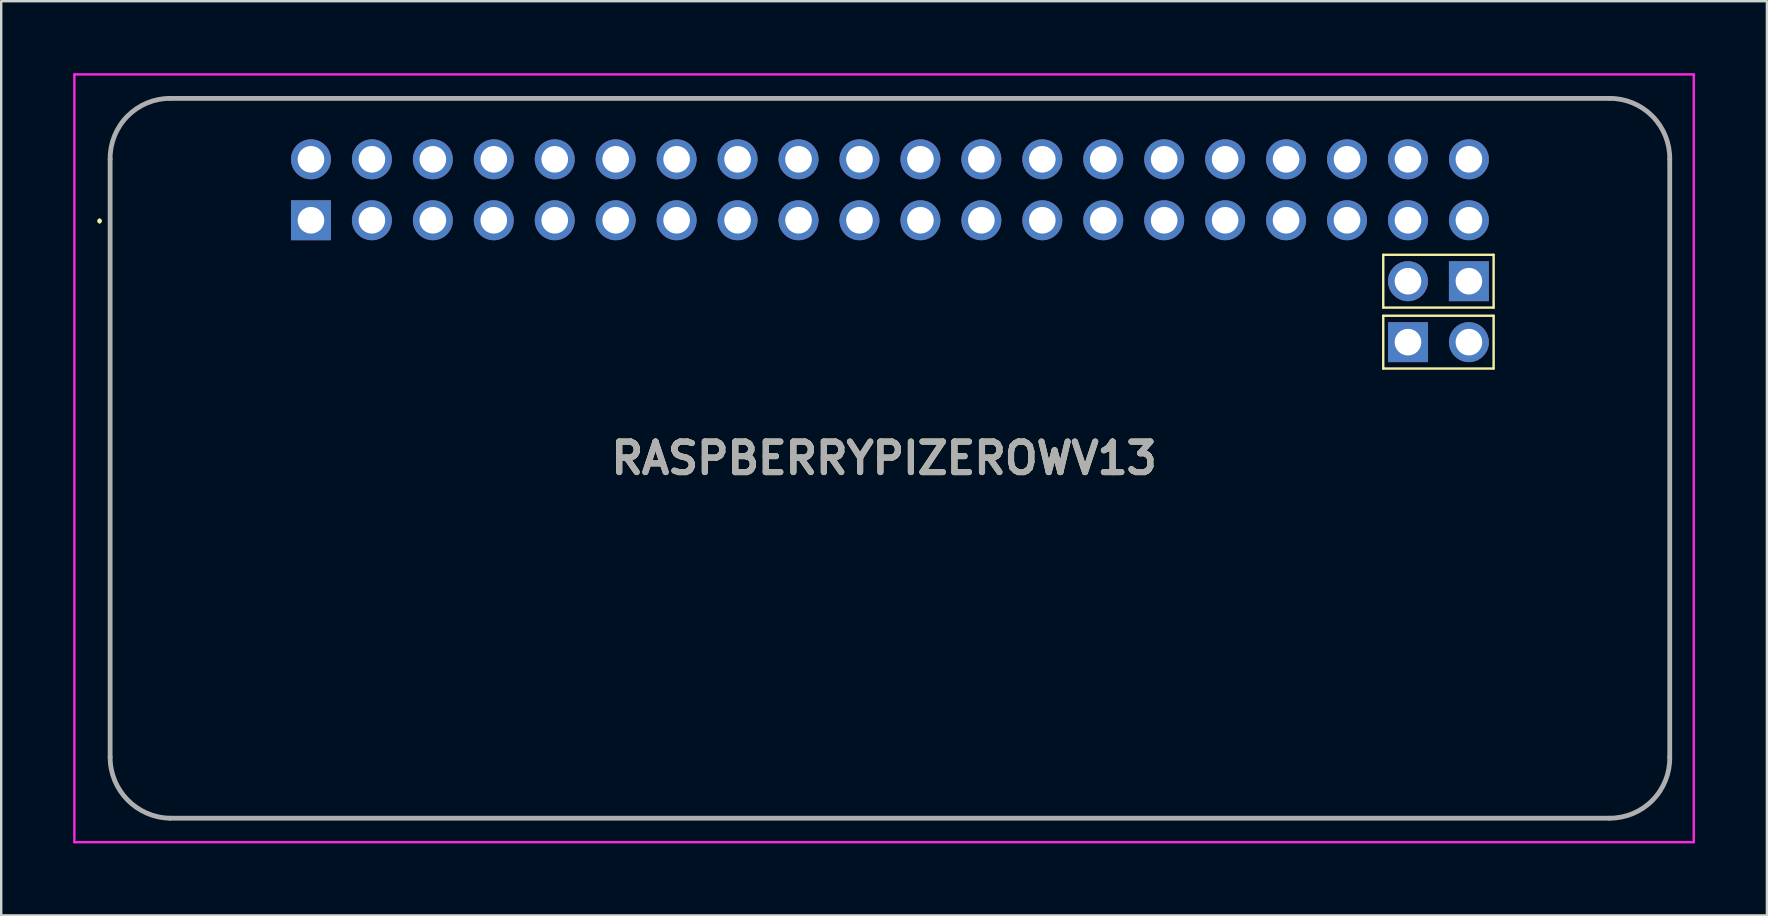
<source format=kicad_pcb>
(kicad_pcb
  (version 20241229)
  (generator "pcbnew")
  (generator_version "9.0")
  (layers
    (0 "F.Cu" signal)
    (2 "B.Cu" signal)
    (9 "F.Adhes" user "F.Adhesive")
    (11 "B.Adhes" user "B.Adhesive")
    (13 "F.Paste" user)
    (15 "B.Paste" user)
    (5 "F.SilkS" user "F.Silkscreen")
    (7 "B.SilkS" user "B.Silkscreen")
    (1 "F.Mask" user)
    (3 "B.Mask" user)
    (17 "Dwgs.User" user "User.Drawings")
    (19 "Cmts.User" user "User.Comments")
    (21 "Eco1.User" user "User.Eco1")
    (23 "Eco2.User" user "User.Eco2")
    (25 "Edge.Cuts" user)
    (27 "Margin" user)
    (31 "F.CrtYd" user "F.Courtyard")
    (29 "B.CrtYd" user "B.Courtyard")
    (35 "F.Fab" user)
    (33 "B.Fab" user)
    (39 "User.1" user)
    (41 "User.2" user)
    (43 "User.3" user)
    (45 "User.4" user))
  (footprint "RASPBERRYPIZEROWV13"
    (layer "F.Cu")
    (at 33.795 16.05)
    (property "Reference" "RASPBERRYPIZEROWV13" (at 0 0 0) (layer "F.SilkS") (effects (font (size 1.27 1.27) (thickness 0.254))))
    (attr through_hole)
    (fp_line (start -32.695 -9.94) (end -32.695 -9.94) (stroke (width 0.1) (type solid)) (layer "F.SilkS"))
    (fp_line (start -32.695 -9.84) (end -32.695 -9.84) (stroke (width 0.1) (type solid)) (layer "F.SilkS"))
    (fp_line (start -32.255 -12.46) (end -32.255 12.46) (stroke (width 0.1) (type solid)) (layer "F.SilkS"))
    (fp_line (start -29.755 15) (end 30.245 15) (stroke (width 0.1) (type solid)) (layer "F.SilkS"))
    (fp_line (start 20.805 -8.48) (end 25.405 -8.48) (stroke (width 0.1) (type solid)) (layer "F.SilkS"))
    (fp_line (start 20.805 -6.28) (end 20.805 -8.48) (stroke (width 0.1) (type solid)) (layer "F.SilkS"))
    (fp_line (start 20.805 -5.94) (end 25.405 -5.94) (stroke (width 0.1) (type solid)) (layer "F.SilkS"))
    (fp_line (start 20.805 -3.74) (end 20.805 -5.94) (stroke (width 0.1) (type solid)) (layer "F.SilkS"))
    (fp_line (start 25.405 -8.48) (end 25.405 -6.28) (stroke (width 0.1) (type solid)) (layer "F.SilkS"))
    (fp_line (start 25.405 -6.28) (end 20.805 -6.28) (stroke (width 0.1) (type solid)) (layer "F.SilkS"))
    (fp_line (start 25.405 -5.94) (end 25.405 -3.74) (stroke (width 0.1) (type solid)) (layer "F.SilkS"))
    (fp_line (start 25.405 -3.74) (end 20.805 -3.74) (stroke (width 0.1) (type solid)) (layer "F.SilkS"))
    (fp_line (start 30.245 -15) (end -29.755 -15) (stroke (width 0.1) (type solid)) (layer "F.SilkS"))
    (fp_line (start 32.745 12.46) (end 32.745 -12.46) (stroke (width 0.1) (type solid)) (layer "F.SilkS"))
    (fp_arc (start -32.695 -9.94) (mid -32.645 -9.89) (end -32.695 -9.84) (stroke (width 0.1) (type solid)) (layer "F.SilkS"))
    (fp_arc (start -32.695 -9.84) (mid -32.745 -9.89) (end -32.695 -9.94) (stroke (width 0.1) (type solid)) (layer "F.SilkS"))
    (fp_arc (start -32.255061 -12.463955) (mid -31.535456 -14.254877) (end -29.755 -15) (stroke (width 0.1) (type solid)) (layer "F.SilkS"))
    (fp_arc (start -29.759015 14.999933) (mid -31.526564 14.240534) (end -32.255 12.46) (stroke (width 0.1) (type solid)) (layer "F.SilkS"))
    (fp_arc (start 30.249015 -14.999933) (mid 32.016564 -14.240534) (end 32.745 -12.46) (stroke (width 0.1) (type solid)) (layer "F.SilkS"))
    (fp_arc (start 32.745061 12.463955) (mid 32.025456 14.254877) (end 30.245 15) (stroke (width 0.1) (type solid)) (layer "F.SilkS"))
    (fp_line (start -33.745 -16) (end 33.745 -16) (stroke (width 0.1) (type solid)) (layer "F.CrtYd"))
    (fp_line (start -33.745 16) (end -33.745 -16) (stroke (width 0.1) (type solid)) (layer "F.CrtYd"))
    (fp_line (start 33.745 -16) (end 33.745 16) (stroke (width 0.1) (type solid)) (layer "F.CrtYd"))
    (fp_line (start 33.745 16) (end -33.745 16) (stroke (width 0.1) (type solid)) (layer "F.CrtYd"))
    (fp_line (start -32.255 -12.46) (end -32.255 12.46) (stroke (width 0.2) (type solid)) (layer "F.Fab"))
    (fp_line (start -29.755 15) (end 30.245 15) (stroke (width 0.2) (type solid)) (layer "F.Fab"))
    (fp_line (start 30.245 -15) (end -29.755 -15) (stroke (width 0.2) (type solid)) (layer "F.Fab"))
    (fp_line (start 32.745 12.46) (end 32.745 -12.46) (stroke (width 0.2) (type solid)) (layer "F.Fab"))
    (fp_arc (start -32.255061 -12.463955) (mid -31.535456 -14.254877) (end -29.755 -15) (stroke (width 0.2) (type solid)) (layer "F.Fab"))
    (fp_arc (start -29.759015 14.999933) (mid -31.526564 14.240534) (end -32.255 12.46) (stroke (width 0.2) (type solid)) (layer "F.Fab"))
    (fp_arc (start 30.248955 -14.999995) (mid 32.028229 -14.252057) (end 32.745 -12.46) (stroke (width 0.2) (type solid)) (layer "F.Fab"))
    (fp_arc (start 32.745061 12.463955) (mid 32.025456 14.254877) (end 30.245 15) (stroke (width 0.2) (type solid)) (layer "F.Fab"))
    (fp_text user "${REFERENCE}" (at 0 0 0) (layer "F.Fab") (effects (font (size 1.27 1.27) (thickness 0.254))))
    (pad "" np_thru_hole circle (at -28.755 -11.5) (size 0.001 0.001) (drill 2.8) (layers "*.Cu" "*.Mask"))
    (pad "" np_thru_hole circle (at -28.755 11.5) (size 0.001 0.001) (drill 2.8) (layers "*.Cu" "*.Mask"))
    (pad "" np_thru_hole circle (at 29.245 -11.5) (size 0.001 0.001) (drill 2.8) (layers "*.Cu" "*.Mask"))
    (pad "" np_thru_hole circle (at 29.245 11.5) (size 0.001 0.001) (drill 2.8) (layers "*.Cu" "*.Mask"))
    (pad "1" thru_hole rect (at -23.885 -9.92) (size 1.665 1.665) (drill 1.11) (layers "*.Cu" "*.Mask"))
    (pad "2" thru_hole circle (at -23.885 -12.46) (size 1.665 1.665) (drill 1.11) (layers "*.Cu" "*.Mask"))
    (pad "3" thru_hole circle (at -21.345 -9.92) (size 1.665 1.665) (drill 1.11) (layers "*.Cu" "*.Mask"))
    (pad "4" thru_hole circle (at -21.345 -12.46) (size 1.665 1.665) (drill 1.11) (layers "*.Cu" "*.Mask"))
    (pad "5" thru_hole circle (at -18.805 -9.92) (size 1.665 1.665) (drill 1.11) (layers "*.Cu" "*.Mask"))
    (pad "6" thru_hole circle (at -18.805 -12.46) (size 1.665 1.665) (drill 1.11) (layers "*.Cu" "*.Mask"))
    (pad "7" thru_hole circle (at -16.265 -9.92) (size 1.665 1.665) (drill 1.11) (layers "*.Cu" "*.Mask"))
    (pad "8" thru_hole circle (at -16.265 -12.46) (size 1.665 1.665) (drill 1.11) (layers "*.Cu" "*.Mask"))
    (pad "9" thru_hole circle (at -13.725 -9.92) (size 1.665 1.665) (drill 1.11) (layers "*.Cu" "*.Mask"))
    (pad "10" thru_hole circle (at -13.725 -12.46) (size 1.665 1.665) (drill 1.11) (layers "*.Cu" "*.Mask"))
    (pad "11" thru_hole circle (at -11.185 -9.92) (size 1.665 1.665) (drill 1.11) (layers "*.Cu" "*.Mask"))
    (pad "12" thru_hole circle (at -11.185 -12.46) (size 1.665 1.665) (drill 1.11) (layers "*.Cu" "*.Mask"))
    (pad "13" thru_hole circle (at -8.645 -9.92) (size 1.665 1.665) (drill 1.11) (layers "*.Cu" "*.Mask"))
    (pad "14" thru_hole circle (at -8.645 -12.46) (size 1.665 1.665) (drill 1.11) (layers "*.Cu" "*.Mask"))
    (pad "15" thru_hole circle (at -6.105 -9.92) (size 1.665 1.665) (drill 1.11) (layers "*.Cu" "*.Mask"))
    (pad "16" thru_hole circle (at -6.105 -12.46) (size 1.665 1.665) (drill 1.11) (layers "*.Cu" "*.Mask"))
    (pad "17" thru_hole circle (at -3.565 -9.92) (size 1.665 1.665) (drill 1.11) (layers "*.Cu" "*.Mask"))
    (pad "18" thru_hole circle (at -3.565 -12.46) (size 1.665 1.665) (drill 1.11) (layers "*.Cu" "*.Mask"))
    (pad "19" thru_hole circle (at -1.025 -9.92) (size 1.665 1.665) (drill 1.11) (layers "*.Cu" "*.Mask"))
    (pad "20" thru_hole circle (at -1.025 -12.46) (size 1.665 1.665) (drill 1.11) (layers "*.Cu" "*.Mask"))
    (pad "21" thru_hole circle (at 1.515 -9.92) (size 1.665 1.665) (drill 1.11) (layers "*.Cu" "*.Mask"))
    (pad "22" thru_hole circle (at 1.515 -12.46) (size 1.665 1.665) (drill 1.11) (layers "*.Cu" "*.Mask"))
    (pad "23" thru_hole circle (at 4.055 -9.92) (size 1.665 1.665) (drill 1.11) (layers "*.Cu" "*.Mask"))
    (pad "24" thru_hole circle (at 4.055 -12.46) (size 1.665 1.665) (drill 1.11) (layers "*.Cu" "*.Mask"))
    (pad "25" thru_hole circle (at 6.595 -9.92) (size 1.665 1.665) (drill 1.11) (layers "*.Cu" "*.Mask"))
    (pad "26" thru_hole circle (at 6.595 -12.46) (size 1.665 1.665) (drill 1.11) (layers "*.Cu" "*.Mask"))
    (pad "27" thru_hole circle (at 9.135 -9.92) (size 1.665 1.665) (drill 1.11) (layers "*.Cu" "*.Mask"))
    (pad "28" thru_hole circle (at 9.135 -12.46) (size 1.665 1.665) (drill 1.11) (layers "*.Cu" "*.Mask"))
    (pad "29" thru_hole circle (at 11.675 -9.92) (size 1.665 1.665) (drill 1.11) (layers "*.Cu" "*.Mask"))
    (pad "30" thru_hole circle (at 11.675 -12.46) (size 1.665 1.665) (drill 1.11) (layers "*.Cu" "*.Mask"))
    (pad "31" thru_hole circle (at 14.215 -9.92) (size 1.665 1.665) (drill 1.11) (layers "*.Cu" "*.Mask"))
    (pad "32" thru_hole circle (at 14.215 -12.46) (size 1.665 1.665) (drill 1.11) (layers "*.Cu" "*.Mask"))
    (pad "33" thru_hole circle (at 16.755 -9.92) (size 1.665 1.665) (drill 1.11) (layers "*.Cu" "*.Mask"))
    (pad "34" thru_hole circle (at 16.755 -12.46) (size 1.665 1.665) (drill 1.11) (layers "*.Cu" "*.Mask"))
    (pad "35" thru_hole circle (at 19.295 -9.92) (size 1.665 1.665) (drill 1.11) (layers "*.Cu" "*.Mask"))
    (pad "36" thru_hole circle (at 19.295 -12.46) (size 1.665 1.665) (drill 1.11) (layers "*.Cu" "*.Mask"))
    (pad "37" thru_hole circle (at 21.835 -9.92) (size 1.665 1.665) (drill 1.11) (layers "*.Cu" "*.Mask"))
    (pad "38" thru_hole circle (at 21.835 -12.46) (size 1.665 1.665) (drill 1.11) (layers "*.Cu" "*.Mask"))
    (pad "39" thru_hole circle (at 24.375 -9.92) (size 1.665 1.665) (drill 1.11) (layers "*.Cu" "*.Mask"))
    (pad "40" thru_hole circle (at 24.375 -12.46) (size 1.665 1.665) (drill 1.11) (layers "*.Cu" "*.Mask"))
    (pad "41" thru_hole rect (at 24.375 -7.38) (size 1.665 1.665) (drill 1.11) (layers "*.Cu" "*.Mask"))
    (pad "42" thru_hole circle (at 21.835 -7.38) (size 1.665 1.665) (drill 1.11) (layers "*.Cu" "*.Mask"))
    (pad "43" thru_hole rect (at 21.835 -4.84) (size 1.665 1.665) (drill 1.11) (layers "*.Cu" "*.Mask"))
    (pad "44" thru_hole circle (at 24.375 -4.84) (size 1.665 1.665) (drill 1.11) (layers "*.Cu" "*.Mask")))
  (gr_rect
    (start -3 -3)
    (end 70.59 35.1)
    (stroke (width 0.1) (type default))
    (fill no)
    (layer "Edge.Cuts")))
</source>
